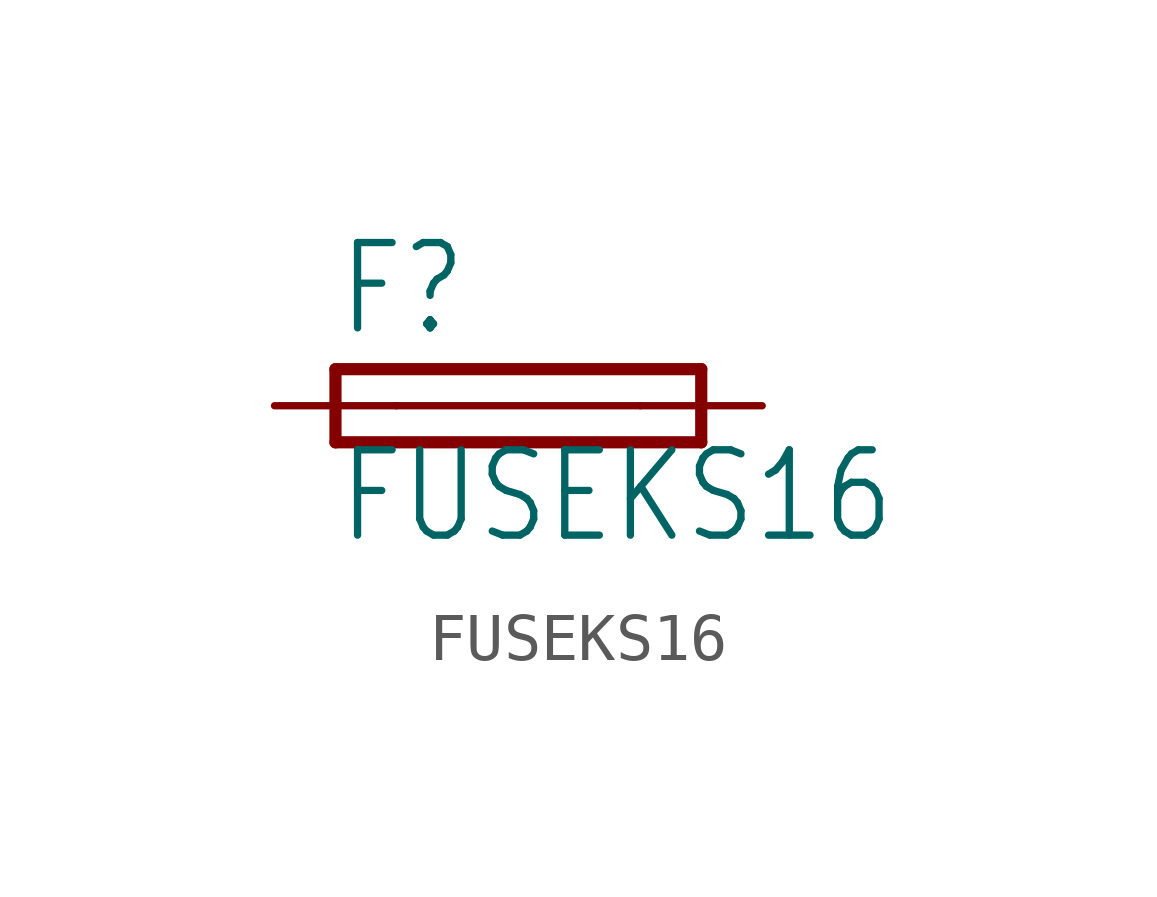
<source format=kicad_sym>
(kicad_symbol_lib
  (version 20200126)
  (host kicad_symbol_editor "5.99.0-unknown-aa7ce74~88~ubuntu18.04.1")
  (symbol "FUSEKS16"
    (property "Reference" "F"
      (at -3.81 1.397 0)
      (effects (font (size 1.778 1.511)) (justify left bottom)))
    (property "Value" "FUSEKS16"
      (at -3.81 -2.921 0)
      (effects (font (size 1.778 1.511)) (justify left bottom)))
    (property "ki_locked" ""
      (at 0 0 0)
      (effects (font (size 1.27 1.27))))
    (symbol "FUSEKS16_1_0"
      (polyline (pts (xy -3.81 -0.762) (xy 3.81 -0.762)) (stroke (width 0.254)) (fill (type none)))
      (polyline (pts (xy 3.81 0.762) (xy -3.81 0.762)) (stroke (width 0.254)) (fill (type none)))
      (polyline (pts (xy 3.81 -0.762) (xy 3.81 0.762)) (stroke (width 0.254)) (fill (type none)))
      (polyline (pts (xy -3.81 0.762) (xy -3.81 -0.762)) (stroke (width 0.254)) (fill (type none)))
      (polyline (pts (xy -2.54 0) (xy 2.54 0)) (stroke (width 0.152)) (fill (type none)))
      (pin passive line (at 5.08 0 180) (length 2.54) (name "2" (effects (font (size 0 0)))) (number "2" (effects (font (size 0 0)))))
      (pin passive line (at -5.08 0 0) (length 2.54) (name "1" (effects (font (size 0 0)))) (number "1" (effects (font (size 0 0))))))))
</source>
